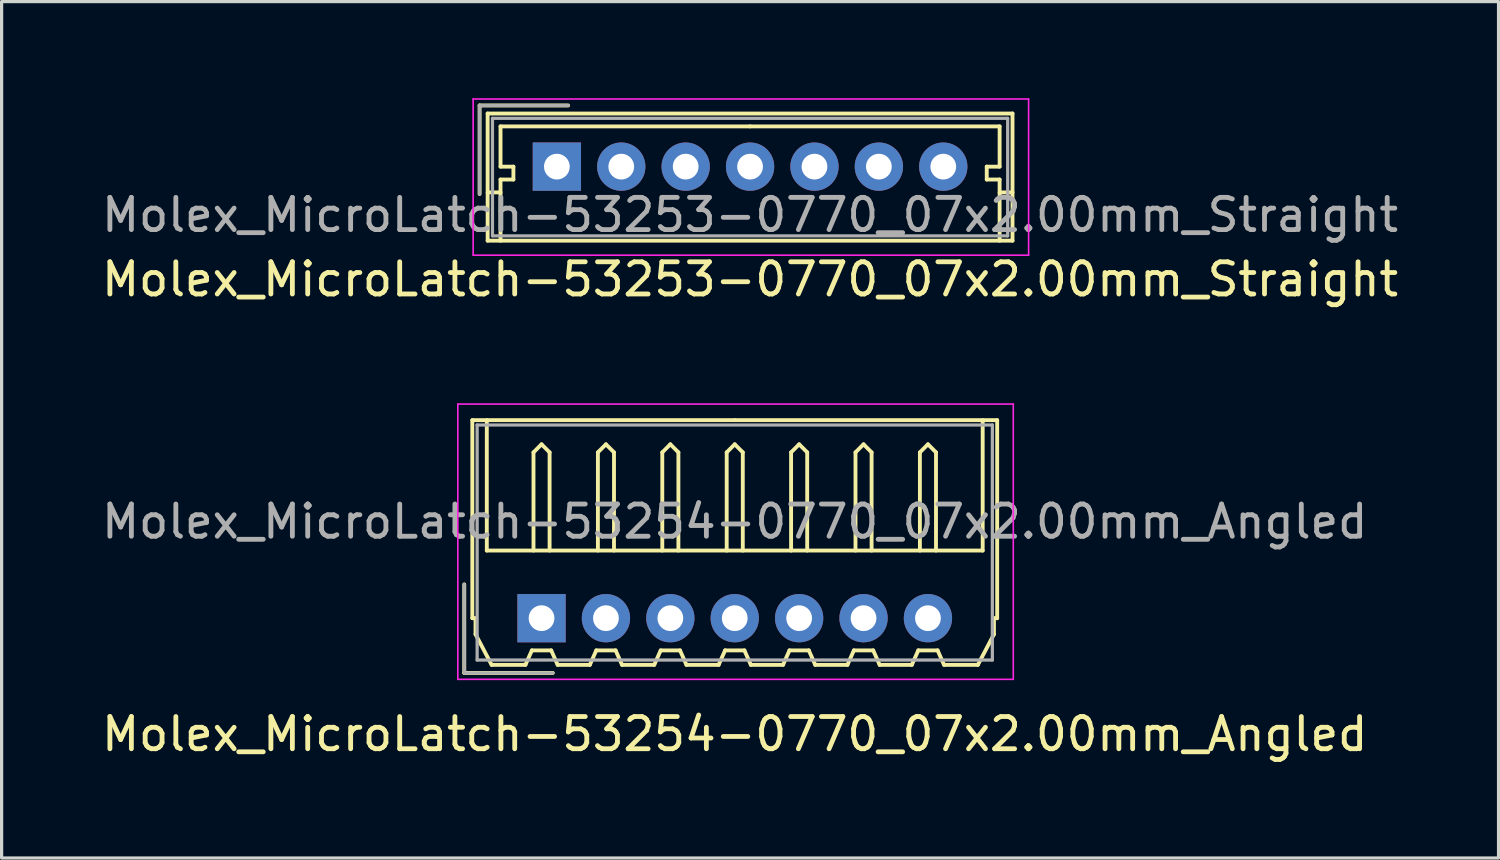
<source format=kicad_pcb>
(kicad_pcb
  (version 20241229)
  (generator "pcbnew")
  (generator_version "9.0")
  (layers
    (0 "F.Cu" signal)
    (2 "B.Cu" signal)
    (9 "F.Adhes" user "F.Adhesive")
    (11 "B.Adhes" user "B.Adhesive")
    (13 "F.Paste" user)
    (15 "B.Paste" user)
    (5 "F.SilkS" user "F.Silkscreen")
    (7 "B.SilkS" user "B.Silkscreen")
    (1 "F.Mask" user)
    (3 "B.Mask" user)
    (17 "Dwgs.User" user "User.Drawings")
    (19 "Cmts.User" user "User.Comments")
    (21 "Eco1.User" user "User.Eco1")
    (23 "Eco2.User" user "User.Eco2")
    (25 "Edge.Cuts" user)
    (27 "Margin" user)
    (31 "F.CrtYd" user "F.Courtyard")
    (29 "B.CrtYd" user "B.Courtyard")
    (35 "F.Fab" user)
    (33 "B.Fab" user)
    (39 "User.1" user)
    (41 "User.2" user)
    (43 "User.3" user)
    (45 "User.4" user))
  (footprint "Molex_MicroLatch-53254-0770_07x2.00mm_Angled"
    (layer "F.Cu")
    (at 13.768 16.148)
    (property "Reference" "Molex_MicroLatch-53254-0770_07x2.00mm_Angled" (at 6 3.6 0) (layer "F.SilkS") (effects (font (size 1 1) (thickness 0.15))))
    (attr through_hole)
    (fp_line (start -2.4 1.7) (end -2.4 -1.05) (stroke (width 0.12) (type solid)) (layer "F.SilkS"))
    (fp_line (start -2.15 -6.15) (end 6 -6.15) (stroke (width 0.12) (type solid)) (layer "F.SilkS"))
    (fp_line (start -2.15 0) (end -2.15 -6.15) (stroke (width 0.12) (type solid)) (layer "F.SilkS"))
    (fp_line (start -2.05 0) (end -2.15 0) (stroke (width 0.12) (type solid)) (layer "F.SilkS"))
    (fp_line (start -2.05 0.5) (end -2.05 0) (stroke (width 0.12) (type solid)) (layer "F.SilkS"))
    (fp_line (start -1.7 -6.15) (end -1.7 -2.1) (stroke (width 0.12) (type solid)) (layer "F.SilkS"))
    (fp_line (start -1.7 -2.1) (end 13.7 -2.1) (stroke (width 0.12) (type solid)) (layer "F.SilkS"))
    (fp_line (start -1.55 1.45) (end -2.05 0.5) (stroke (width 0.12) (type solid)) (layer "F.SilkS"))
    (fp_line (start -0.5 1.45) (end -1.55 1.45) (stroke (width 0.12) (type solid)) (layer "F.SilkS"))
    (fp_line (start -0.3 1) (end -0.5 1.45) (stroke (width 0.12) (type solid)) (layer "F.SilkS"))
    (fp_line (start -0.3 1) (end 0.3 1) (stroke (width 0.12) (type solid)) (layer "F.SilkS"))
    (fp_line (start -0.25 -5.15) (end 0 -5.4) (stroke (width 0.12) (type solid)) (layer "F.SilkS"))
    (fp_line (start -0.25 -2.1) (end -0.25 -5.15) (stroke (width 0.12) (type solid)) (layer "F.SilkS"))
    (fp_line (start 0 -5.4) (end 0.25 -5.15) (stroke (width 0.12) (type solid)) (layer "F.SilkS"))
    (fp_line (start 0.25 -5.15) (end 0.25 -2.1) (stroke (width 0.12) (type solid)) (layer "F.SilkS"))
    (fp_line (start 0.3 1) (end 0.5 1.45) (stroke (width 0.12) (type solid)) (layer "F.SilkS"))
    (fp_line (start 0.35 1.7) (end -2.4 1.7) (stroke (width 0.12) (type solid)) (layer "F.SilkS"))
    (fp_line (start 0.5 1.45) (end 1.5 1.45) (stroke (width 0.12) (type solid)) (layer "F.SilkS"))
    (fp_line (start 1.5 1.45) (end 1.7 1) (stroke (width 0.12) (type solid)) (layer "F.SilkS"))
    (fp_line (start 1.7 1) (end 2.3 1) (stroke (width 0.12) (type solid)) (layer "F.SilkS"))
    (fp_line (start 1.75 -5.15) (end 2 -5.4) (stroke (width 0.12) (type solid)) (layer "F.SilkS"))
    (fp_line (start 1.75 -2.1) (end 1.75 -5.15) (stroke (width 0.12) (type solid)) (layer "F.SilkS"))
    (fp_line (start 2 -5.4) (end 2.25 -5.15) (stroke (width 0.12) (type solid)) (layer "F.SilkS"))
    (fp_line (start 2.25 -5.15) (end 2.25 -2.1) (stroke (width 0.12) (type solid)) (layer "F.SilkS"))
    (fp_line (start 2.3 1) (end 2.5 1.45) (stroke (width 0.12) (type solid)) (layer "F.SilkS"))
    (fp_line (start 2.5 1.45) (end 3.5 1.45) (stroke (width 0.12) (type solid)) (layer "F.SilkS"))
    (fp_line (start 3.5 1.45) (end 3.7 1) (stroke (width 0.12) (type solid)) (layer "F.SilkS"))
    (fp_line (start 3.7 1) (end 4.3 1) (stroke (width 0.12) (type solid)) (layer "F.SilkS"))
    (fp_line (start 3.75 -5.15) (end 4 -5.4) (stroke (width 0.12) (type solid)) (layer "F.SilkS"))
    (fp_line (start 3.75 -2.1) (end 3.75 -5.15) (stroke (width 0.12) (type solid)) (layer "F.SilkS"))
    (fp_line (start 4 -5.4) (end 4.25 -5.15) (stroke (width 0.12) (type solid)) (layer "F.SilkS"))
    (fp_line (start 4.25 -5.15) (end 4.25 -2.1) (stroke (width 0.12) (type solid)) (layer "F.SilkS"))
    (fp_line (start 4.3 1) (end 4.5 1.45) (stroke (width 0.12) (type solid)) (layer "F.SilkS"))
    (fp_line (start 4.5 1.45) (end 5.5 1.45) (stroke (width 0.12) (type solid)) (layer "F.SilkS"))
    (fp_line (start 5.5 1.45) (end 5.7 1) (stroke (width 0.12) (type solid)) (layer "F.SilkS"))
    (fp_line (start 5.7 1) (end 6.3 1) (stroke (width 0.12) (type solid)) (layer "F.SilkS"))
    (fp_line (start 5.75 -5.15) (end 6 -5.4) (stroke (width 0.12) (type solid)) (layer "F.SilkS"))
    (fp_line (start 5.75 -2.1) (end 5.75 -5.15) (stroke (width 0.12) (type solid)) (layer "F.SilkS"))
    (fp_line (start 6 -5.4) (end 6.25 -5.15) (stroke (width 0.12) (type solid)) (layer "F.SilkS"))
    (fp_line (start 6.25 -5.15) (end 6.25 -2.1) (stroke (width 0.12) (type solid)) (layer "F.SilkS"))
    (fp_line (start 6.3 1) (end 6.5 1.45) (stroke (width 0.12) (type solid)) (layer "F.SilkS"))
    (fp_line (start 6.5 1.45) (end 7.5 1.45) (stroke (width 0.12) (type solid)) (layer "F.SilkS"))
    (fp_line (start 7.5 1.45) (end 7.7 1) (stroke (width 0.12) (type solid)) (layer "F.SilkS"))
    (fp_line (start 7.7 1) (end 8.3 1) (stroke (width 0.12) (type solid)) (layer "F.SilkS"))
    (fp_line (start 7.75 -5.15) (end 8 -5.4) (stroke (width 0.12) (type solid)) (layer "F.SilkS"))
    (fp_line (start 7.75 -2.1) (end 7.75 -5.15) (stroke (width 0.12) (type solid)) (layer "F.SilkS"))
    (fp_line (start 8 -5.4) (end 8.25 -5.15) (stroke (width 0.12) (type solid)) (layer "F.SilkS"))
    (fp_line (start 8.25 -5.15) (end 8.25 -2.1) (stroke (width 0.12) (type solid)) (layer "F.SilkS"))
    (fp_line (start 8.3 1) (end 8.5 1.45) (stroke (width 0.12) (type solid)) (layer "F.SilkS"))
    (fp_line (start 8.5 1.45) (end 9.5 1.45) (stroke (width 0.12) (type solid)) (layer "F.SilkS"))
    (fp_line (start 9.5 1.45) (end 9.7 1) (stroke (width 0.12) (type solid)) (layer "F.SilkS"))
    (fp_line (start 9.7 1) (end 10.3 1) (stroke (width 0.12) (type solid)) (layer "F.SilkS"))
    (fp_line (start 9.75 -5.15) (end 10 -5.4) (stroke (width 0.12) (type solid)) (layer "F.SilkS"))
    (fp_line (start 9.75 -2.1) (end 9.75 -5.15) (stroke (width 0.12) (type solid)) (layer "F.SilkS"))
    (fp_line (start 10 -5.4) (end 10.25 -5.15) (stroke (width 0.12) (type solid)) (layer "F.SilkS"))
    (fp_line (start 10.25 -5.15) (end 10.25 -2.1) (stroke (width 0.12) (type solid)) (layer "F.SilkS"))
    (fp_line (start 10.3 1) (end 10.5 1.45) (stroke (width 0.12) (type solid)) (layer "F.SilkS"))
    (fp_line (start 10.5 1.45) (end 11.5 1.45) (stroke (width 0.12) (type solid)) (layer "F.SilkS"))
    (fp_line (start 11.5 1.45) (end 11.7 1) (stroke (width 0.12) (type solid)) (layer "F.SilkS"))
    (fp_line (start 11.7 1) (end 12.3 1) (stroke (width 0.12) (type solid)) (layer "F.SilkS"))
    (fp_line (start 11.75 -5.15) (end 12 -5.4) (stroke (width 0.12) (type solid)) (layer "F.SilkS"))
    (fp_line (start 11.75 -2.1) (end 11.75 -5.15) (stroke (width 0.12) (type solid)) (layer "F.SilkS"))
    (fp_line (start 12 -5.4) (end 12.25 -5.15) (stroke (width 0.12) (type solid)) (layer "F.SilkS"))
    (fp_line (start 12.25 -5.15) (end 12.25 -2.1) (stroke (width 0.12) (type solid)) (layer "F.SilkS"))
    (fp_line (start 12.3 1) (end 12.5 1.45) (stroke (width 0.12) (type solid)) (layer "F.SilkS"))
    (fp_line (start 12.5 1.45) (end 13.55 1.45) (stroke (width 0.12) (type solid)) (layer "F.SilkS"))
    (fp_line (start 13.55 1.45) (end 14.05 0.5) (stroke (width 0.12) (type solid)) (layer "F.SilkS"))
    (fp_line (start 13.7 -2.1) (end 13.7 -6.15) (stroke (width 0.12) (type solid)) (layer "F.SilkS"))
    (fp_line (start 14.05 0) (end 14.15 0) (stroke (width 0.12) (type solid)) (layer "F.SilkS"))
    (fp_line (start 14.05 0.5) (end 14.05 0) (stroke (width 0.12) (type solid)) (layer "F.SilkS"))
    (fp_line (start 14.15 -6.15) (end 6 -6.15) (stroke (width 0.12) (type solid)) (layer "F.SilkS"))
    (fp_line (start 14.15 0) (end 14.15 -6.15) (stroke (width 0.12) (type solid)) (layer "F.SilkS"))
    (fp_line (start -2.6 -6.65) (end -2.6 1.9) (stroke (width 0.05) (type solid)) (layer "F.CrtYd"))
    (fp_line (start -2.6 1.9) (end 14.65 1.9) (stroke (width 0.05) (type solid)) (layer "F.CrtYd"))
    (fp_line (start 14.65 -6.65) (end -2.6 -6.65) (stroke (width 0.05) (type solid)) (layer "F.CrtYd"))
    (fp_line (start 14.65 1.9) (end 14.65 -6.65) (stroke (width 0.05) (type solid)) (layer "F.CrtYd"))
    (fp_line (start -2.4 1.7) (end -2.4 -1.05) (stroke (width 0.1) (type solid)) (layer "F.Fab"))
    (fp_line (start -2 -6) (end -2 1.3) (stroke (width 0.1) (type solid)) (layer "F.Fab"))
    (fp_line (start -2 1.3) (end 14 1.3) (stroke (width 0.1) (type solid)) (layer "F.Fab"))
    (fp_line (start 0.35 1.7) (end -2.4 1.7) (stroke (width 0.1) (type solid)) (layer "F.Fab"))
    (fp_line (start 14 -6) (end -2 -6) (stroke (width 0.1) (type solid)) (layer "F.Fab"))
    (fp_line (start 14 1.3) (end 14 -6) (stroke (width 0.1) (type solid)) (layer "F.Fab"))
    (fp_text user "${REFERENCE}" (at 6 -3 0) (layer "F.Fab") (effects (font (size 1 1) (thickness 0.15))))
    (pad "1" thru_hole rect (at 0 0) (size 1.5 1.5) (drill 0.8) (layers "*.Cu" "*.Mask"))
    (pad "2" thru_hole circle (at 2 0) (size 1.5 1.5) (drill 0.8) (layers "*.Cu" "*.Mask"))
    (pad "3" thru_hole circle (at 4 0) (size 1.5 1.5) (drill 0.8) (layers "*.Cu" "*.Mask"))
    (pad "4" thru_hole circle (at 6 0) (size 1.5 1.5) (drill 0.8) (layers "*.Cu" "*.Mask"))
    (pad "5" thru_hole circle (at 8 0) (size 1.5 1.5) (drill 0.8) (layers "*.Cu" "*.Mask"))
    (pad "6" thru_hole circle (at 10 0) (size 1.5 1.5) (drill 0.8) (layers "*.Cu" "*.Mask"))
    (pad "7" thru_hole circle (at 12 0) (size 1.5 1.5) (drill 0.8) (layers "*.Cu" "*.Mask")))
  (footprint "Molex_MicroLatch-53253-0770_07x2.00mm_Straight"
    (layer "F.Cu")
    (at 14.244 2.125)
    (property "Reference" "Molex_MicroLatch-53253-0770_07x2.00mm_Straight" (at 6 3.5 0) (layer "F.SilkS") (effects (font (size 1 1) (thickness 0.15))))
    (attr through_hole)
    (fp_line (start -2.4 -1.9) (end -2.4 0.85) (stroke (width 0.12) (type solid)) (layer "F.SilkS"))
    (fp_line (start -2.15 -1.65) (end -2.15 2.3) (stroke (width 0.12) (type solid)) (layer "F.SilkS"))
    (fp_line (start -2.15 0.8) (end -1.75 0.8) (stroke (width 0.12) (type solid)) (layer "F.SilkS"))
    (fp_line (start -2.15 2.3) (end 14.15 2.3) (stroke (width 0.12) (type solid)) (layer "F.SilkS"))
    (fp_line (start -1.75 -1.25) (end -1.75 0) (stroke (width 0.12) (type solid)) (layer "F.SilkS"))
    (fp_line (start -1.75 0) (end -1.35 0) (stroke (width 0.12) (type solid)) (layer "F.SilkS"))
    (fp_line (start -1.75 0.4) (end -1.75 2.3) (stroke (width 0.12) (type solid)) (layer "F.SilkS"))
    (fp_line (start -1.35 0) (end -1.35 0.4) (stroke (width 0.12) (type solid)) (layer "F.SilkS"))
    (fp_line (start -1.35 0.4) (end -1.75 0.4) (stroke (width 0.12) (type solid)) (layer "F.SilkS"))
    (fp_line (start 0.35 -1.9) (end -2.4 -1.9) (stroke (width 0.12) (type solid)) (layer "F.SilkS"))
    (fp_line (start 6 -1.25) (end -1.75 -1.25) (stroke (width 0.12) (type solid)) (layer "F.SilkS"))
    (fp_line (start 6 -1.25) (end 13.75 -1.25) (stroke (width 0.12) (type solid)) (layer "F.SilkS"))
    (fp_line (start 13.35 0) (end 13.35 0.4) (stroke (width 0.12) (type solid)) (layer "F.SilkS"))
    (fp_line (start 13.35 0.4) (end 13.75 0.4) (stroke (width 0.12) (type solid)) (layer "F.SilkS"))
    (fp_line (start 13.75 -1.25) (end 13.75 0) (stroke (width 0.12) (type solid)) (layer "F.SilkS"))
    (fp_line (start 13.75 0) (end 13.35 0) (stroke (width 0.12) (type solid)) (layer "F.SilkS"))
    (fp_line (start 13.75 0.4) (end 13.75 2.3) (stroke (width 0.12) (type solid)) (layer "F.SilkS"))
    (fp_line (start 14.15 -1.65) (end -2.15 -1.65) (stroke (width 0.12) (type solid)) (layer "F.SilkS"))
    (fp_line (start 14.15 0.8) (end 13.75 0.8) (stroke (width 0.12) (type solid)) (layer "F.SilkS"))
    (fp_line (start 14.15 2.3) (end 14.15 -1.65) (stroke (width 0.12) (type solid)) (layer "F.SilkS"))
    (fp_line (start -2.6 -2.1) (end -2.6 2.75) (stroke (width 0.05) (type solid)) (layer "F.CrtYd"))
    (fp_line (start -2.6 2.75) (end 14.65 2.75) (stroke (width 0.05) (type solid)) (layer "F.CrtYd"))
    (fp_line (start 14.65 -2.1) (end -2.6 -2.1) (stroke (width 0.05) (type solid)) (layer "F.CrtYd"))
    (fp_line (start 14.65 2.75) (end 14.65 -2.1) (stroke (width 0.05) (type solid)) (layer "F.CrtYd"))
    (fp_line (start -2.4 -1.9) (end -2.4 0.85) (stroke (width 0.1) (type solid)) (layer "F.Fab"))
    (fp_line (start -2 -1.5) (end -2 2.15) (stroke (width 0.1) (type solid)) (layer "F.Fab"))
    (fp_line (start -2 2.15) (end 14 2.15) (stroke (width 0.1) (type solid)) (layer "F.Fab"))
    (fp_line (start 0.35 -1.9) (end -2.4 -1.9) (stroke (width 0.1) (type solid)) (layer "F.Fab"))
    (fp_line (start 14 -1.5) (end -2 -1.5) (stroke (width 0.1) (type solid)) (layer "F.Fab"))
    (fp_line (start 14 2.15) (end 14 -1.5) (stroke (width 0.1) (type solid)) (layer "F.Fab"))
    (fp_text user "${REFERENCE}" (at 6 1.5 0) (layer "F.Fab") (effects (font (size 1 1) (thickness 0.15))))
    (pad "1" thru_hole rect (at 0 0) (size 1.5 1.5) (drill 0.8) (layers "*.Cu" "*.Mask"))
    (pad "2" thru_hole circle (at 2 0) (size 1.5 1.5) (drill 0.8) (layers "*.Cu" "*.Mask"))
    (pad "3" thru_hole circle (at 4 0) (size 1.5 1.5) (drill 0.8) (layers "*.Cu" "*.Mask"))
    (pad "4" thru_hole circle (at 6 0) (size 1.5 1.5) (drill 0.8) (layers "*.Cu" "*.Mask"))
    (pad "5" thru_hole circle (at 8 0) (size 1.5 1.5) (drill 0.8) (layers "*.Cu" "*.Mask"))
    (pad "6" thru_hole circle (at 10 0) (size 1.5 1.5) (drill 0.8) (layers "*.Cu" "*.Mask"))
    (pad "7" thru_hole circle (at 12 0) (size 1.5 1.5) (drill 0.8) (layers "*.Cu" "*.Mask")))
  (gr_rect
    (start -3 -3)
    (end 43.488 23.596)
    (stroke (width 0.1) (type default))
    (fill no)
    (layer "Edge.Cuts")))
</source>
